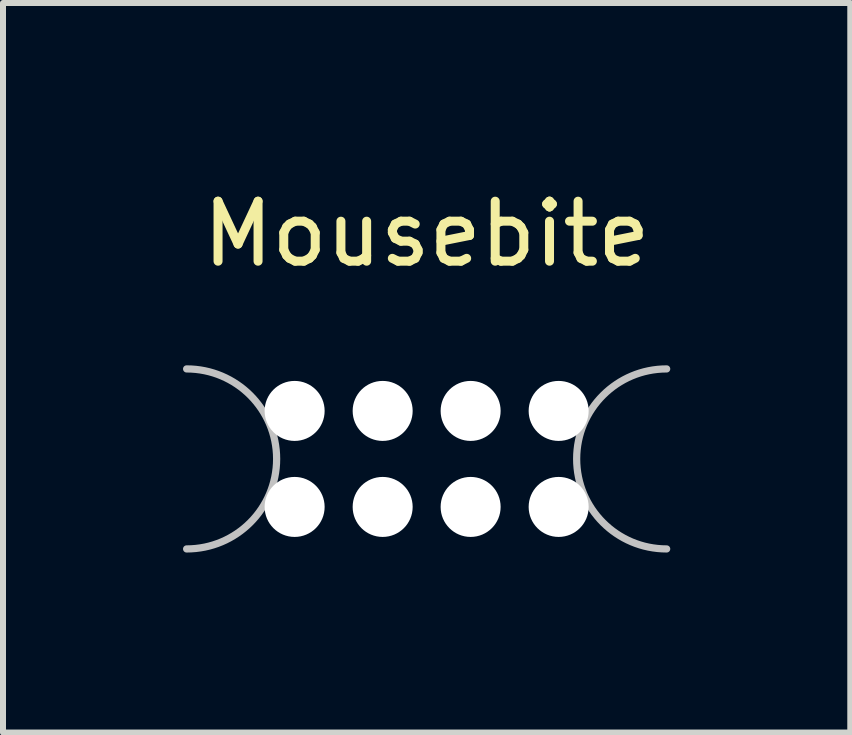
<source format=kicad_pcb>
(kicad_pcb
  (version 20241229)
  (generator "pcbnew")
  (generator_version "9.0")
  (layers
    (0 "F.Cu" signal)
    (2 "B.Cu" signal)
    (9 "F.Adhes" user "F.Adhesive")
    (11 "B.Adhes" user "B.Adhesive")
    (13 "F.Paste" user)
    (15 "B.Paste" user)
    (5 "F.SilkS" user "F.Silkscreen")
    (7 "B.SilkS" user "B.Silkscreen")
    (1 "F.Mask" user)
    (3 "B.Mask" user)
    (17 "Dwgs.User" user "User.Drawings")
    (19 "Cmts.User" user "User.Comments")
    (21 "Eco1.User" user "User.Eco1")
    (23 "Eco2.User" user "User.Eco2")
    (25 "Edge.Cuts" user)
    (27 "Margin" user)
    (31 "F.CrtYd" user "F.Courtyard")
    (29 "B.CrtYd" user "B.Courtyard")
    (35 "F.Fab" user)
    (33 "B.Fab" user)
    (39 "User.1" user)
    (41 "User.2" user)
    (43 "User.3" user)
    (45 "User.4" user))
  (footprint "Mousebite"
    (layer "F.Cu")
    (at 4.06 4.598)
    (property "Reference" "Mousebite" (at 0 -3.75 0) (unlocked yes) (layer "F.SilkS") (effects (font (size 1 1) (thickness 0.15))))
    (attr through_hole)
    (fp_arc (start -4 -1.5) (mid -2.5 0) (end -4 1.5) (stroke (width 0.12) (type solid)) (layer "Dwgs.User"))
    (fp_arc (start 4 1.5) (mid 2.5 0) (end 4 -1.5) (stroke (width 0.12) (type solid)) (layer "Dwgs.User"))
    (pad "" np_thru_hole circle (at -2.2 -0.8 90) (size 1 1) (drill 1) (layers "*.Cu" "*.Mask"))
    (pad "" np_thru_hole circle (at -2.2 0.8 90) (size 1 1) (drill 1) (layers "*.Cu" "*.Mask"))
    (pad "" np_thru_hole circle (at -0.733 -0.8 90) (size 1 1) (drill 1) (layers "*.Cu" "*.Mask"))
    (pad "" np_thru_hole circle (at -0.733 0.8 90) (size 1 1) (drill 1) (layers "*.Cu" "*.Mask"))
    (pad "" np_thru_hole circle (at 0.733 -0.8 90) (size 1 1) (drill 1) (layers "*.Cu" "*.Mask"))
    (pad "" np_thru_hole circle (at 0.733 0.8 90) (size 1 1) (drill 1) (layers "*.Cu" "*.Mask"))
    (pad "" np_thru_hole circle (at 2.2 -0.8 90) (size 1 1) (drill 1) (layers "*.Cu" "*.Mask"))
    (pad "" np_thru_hole circle (at 2.2 0.8 90) (size 1 1) (drill 1) (layers "*.Cu" "*.Mask")))
  (gr_rect
    (start -3 -3)
    (end 11.12 9.158)
    (stroke (width 0.1) (type default))
    (fill no)
    (layer "Edge.Cuts")))
</source>
